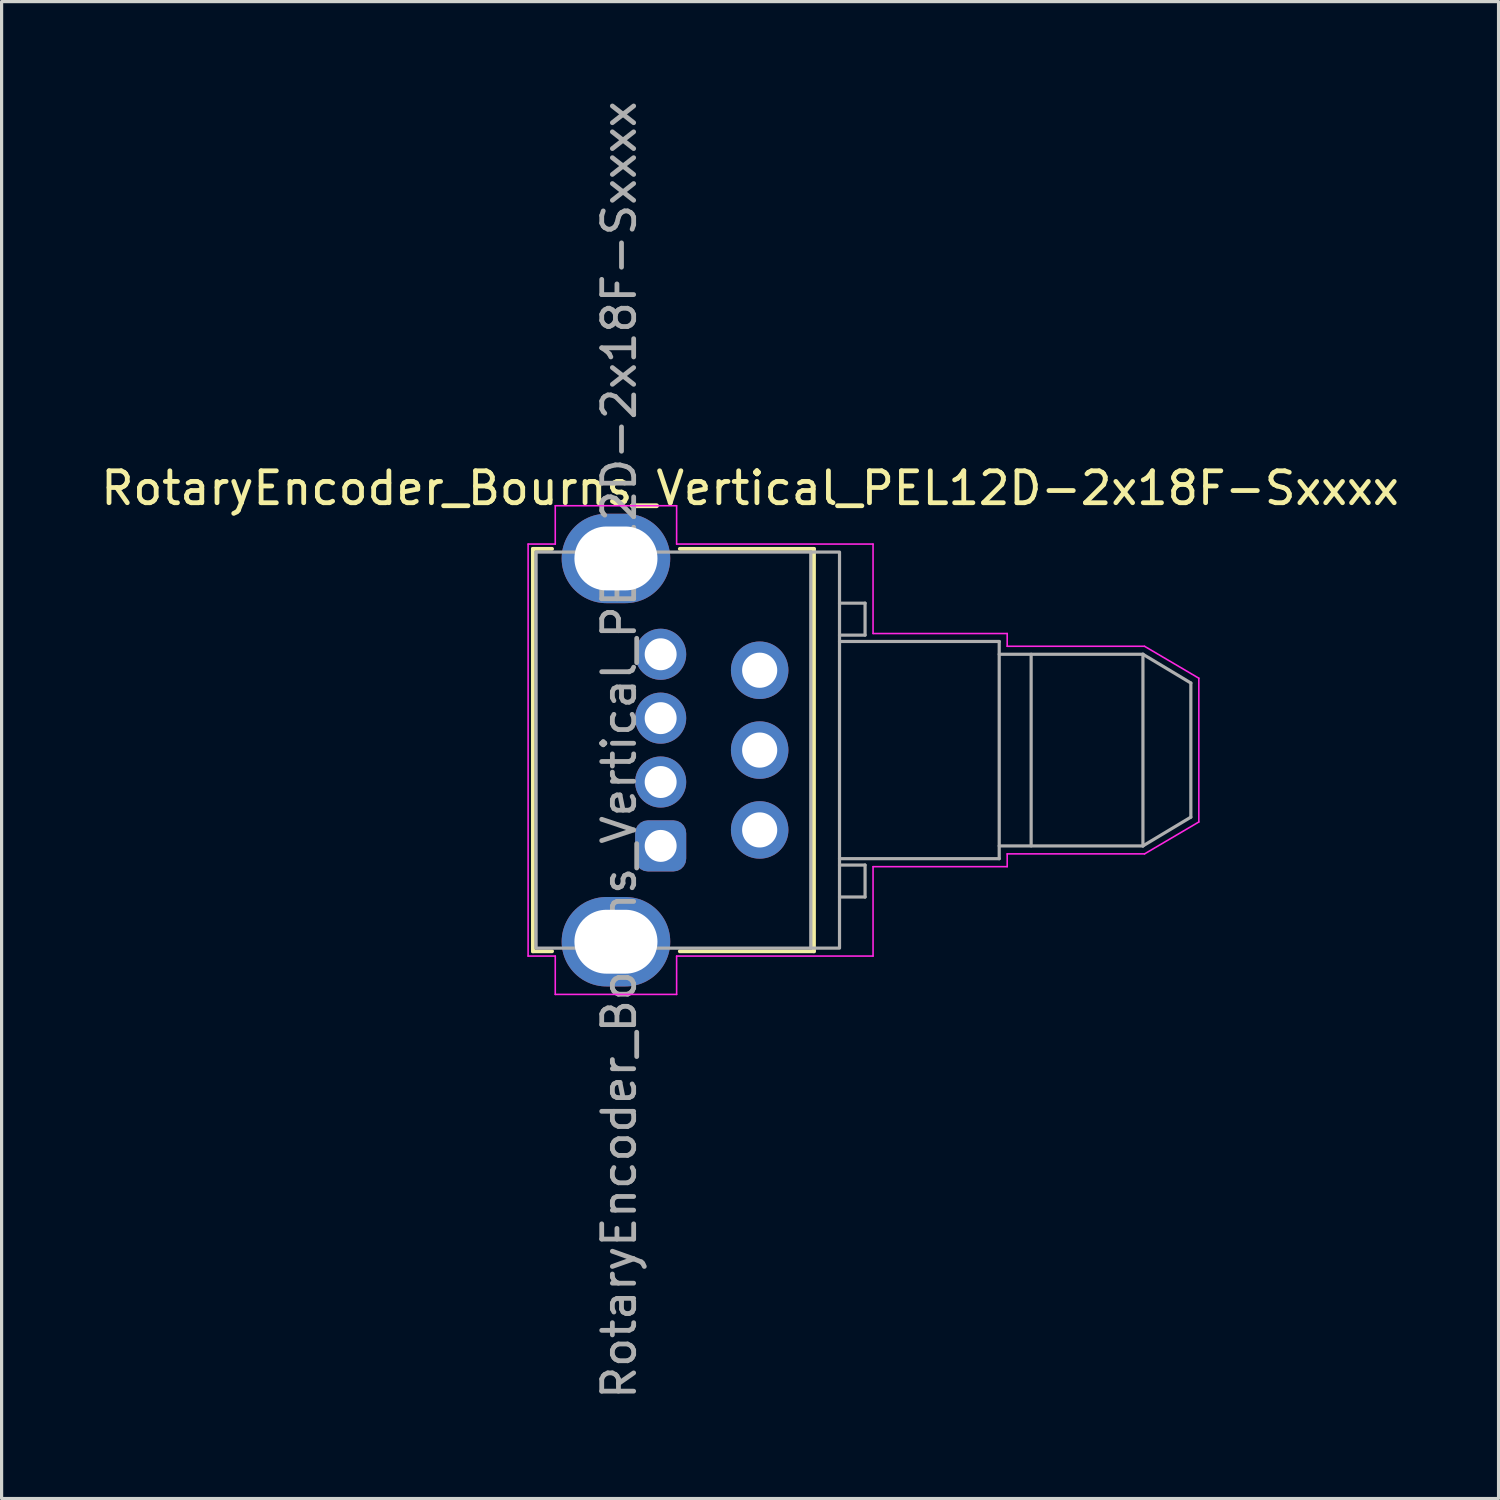
<source format=kicad_pcb>
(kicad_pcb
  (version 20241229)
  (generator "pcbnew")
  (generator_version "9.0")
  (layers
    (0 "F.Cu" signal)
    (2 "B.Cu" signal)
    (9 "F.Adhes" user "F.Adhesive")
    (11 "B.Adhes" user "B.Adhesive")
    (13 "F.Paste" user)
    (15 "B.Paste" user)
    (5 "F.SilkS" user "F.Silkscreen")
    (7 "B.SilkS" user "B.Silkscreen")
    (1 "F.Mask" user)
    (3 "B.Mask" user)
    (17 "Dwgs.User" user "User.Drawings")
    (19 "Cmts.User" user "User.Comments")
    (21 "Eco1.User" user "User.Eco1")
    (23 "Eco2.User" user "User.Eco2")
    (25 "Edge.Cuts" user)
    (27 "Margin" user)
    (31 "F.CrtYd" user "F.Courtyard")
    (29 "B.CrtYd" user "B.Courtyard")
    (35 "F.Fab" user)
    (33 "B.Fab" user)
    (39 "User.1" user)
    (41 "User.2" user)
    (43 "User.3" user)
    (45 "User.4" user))
  (footprint "RotaryEncoder_Bourns_Vertical_PEL12D-2x18F-Sxxxx"
    (layer "F.Cu")
    (at 17.635 23.435)
    (property "Reference" "RotaryEncoder_Bourns_Vertical_PEL12D-2x18F-Sxxxx" (at 2.8 -11.2 0) (layer "F.SilkS") (effects (font (size 1 1) (thickness 0.15))))
    (attr through_hole)
    (fp_line (start -4 -9.3) (end -4 3.3) (stroke (width 0.12) (type default)) (layer "F.SilkS"))
    (fp_line (start -4 3.3) (end -3.4 3.3) (stroke (width 0.12) (type default)) (layer "F.SilkS"))
    (fp_line (start -3.4 -9.3) (end -4 -9.3) (stroke (width 0.12) (type default)) (layer "F.SilkS"))
    (fp_line (start 0.6 3.3) (end 4.8 3.3) (stroke (width 0.12) (type default)) (layer "F.SilkS"))
    (fp_line (start 4.8 -9.3) (end 0.6 -9.3) (stroke (width 0.12) (type default)) (layer "F.SilkS"))
    (fp_line (start 4.8 3.3) (end 4.8 -9.3) (stroke (width 0.12) (type default)) (layer "F.SilkS"))
    (fp_line (start -4.15 -9.45) (end -4.15 3.45) (stroke (width 0.05) (type default)) (layer "F.CrtYd"))
    (fp_line (start -4.15 3.45) (end -3.3 3.45) (stroke (width 0.05) (type default)) (layer "F.CrtYd"))
    (fp_line (start -3.3 -10.65) (end -3.3 -9.45) (stroke (width 0.05) (type default)) (layer "F.CrtYd"))
    (fp_line (start -3.3 -9.45) (end -4.15 -9.45) (stroke (width 0.05) (type default)) (layer "F.CrtYd"))
    (fp_line (start -3.3 3.45) (end -3.3 4.65) (stroke (width 0.05) (type default)) (layer "F.CrtYd"))
    (fp_line (start -3.3 4.65) (end 0.5 4.65) (stroke (width 0.05) (type default)) (layer "F.CrtYd"))
    (fp_line (start 0.5 -10.65) (end -3.3 -10.65) (stroke (width 0.05) (type default)) (layer "F.CrtYd"))
    (fp_line (start 0.5 -9.45) (end 0.5 -10.65) (stroke (width 0.05) (type default)) (layer "F.CrtYd"))
    (fp_line (start 0.5 3.45) (end 6.65 3.45) (stroke (width 0.05) (type default)) (layer "F.CrtYd"))
    (fp_line (start 0.5 4.65) (end 0.5 3.45) (stroke (width 0.05) (type default)) (layer "F.CrtYd"))
    (fp_line (start 6.65 -9.45) (end 0.5 -9.45) (stroke (width 0.05) (type default)) (layer "F.CrtYd"))
    (fp_line (start 6.65 -6.65) (end 6.65 -9.45) (stroke (width 0.05) (type default)) (layer "F.CrtYd"))
    (fp_line (start 6.65 0.65) (end 6.65 3.45) (stroke (width 0.05) (type default)) (layer "F.CrtYd"))
    (fp_line (start 10.85 -6.65) (end 6.65 -6.65) (stroke (width 0.05) (type default)) (layer "F.CrtYd"))
    (fp_line (start 10.85 -6.25) (end 10.85 -6.65) (stroke (width 0.05) (type default)) (layer "F.CrtYd"))
    (fp_line (start 10.85 0.25) (end 15.15 0.25) (stroke (width 0.05) (type default)) (layer "F.CrtYd"))
    (fp_line (start 10.85 0.65) (end 6.65 0.65) (stroke (width 0.05) (type default)) (layer "F.CrtYd"))
    (fp_line (start 10.85 0.65) (end 10.85 0.25) (stroke (width 0.05) (type default)) (layer "F.CrtYd"))
    (fp_line (start 15.15 -6.25) (end 10.85 -6.25) (stroke (width 0.05) (type default)) (layer "F.CrtYd"))
    (fp_line (start 15.15 -6.25) (end 16.85 -5.25) (stroke (width 0.05) (type default)) (layer "F.CrtYd"))
    (fp_line (start 15.15 0.25) (end 16.85 -0.75) (stroke (width 0.05) (type default)) (layer "F.CrtYd"))
    (fp_line (start 16.85 -0.75) (end 16.85 -5.25) (stroke (width 0.05) (type default)) (layer "F.CrtYd"))
    (fp_line (start 4.7 -9.2) (end 4.7 3.2) (stroke (width 0.1) (type default)) (layer "F.Fab"))
    (fp_line (start 5.6 -7.6) (end 6.4 -7.6) (stroke (width 0.1) (type default)) (layer "F.Fab"))
    (fp_line (start 5.6 -6.4) (end 10.6 -6.4) (stroke (width 0.1) (type default)) (layer "F.Fab"))
    (fp_line (start 5.6 1.6) (end 6.4 1.6) (stroke (width 0.1) (type default)) (layer "F.Fab"))
    (fp_line (start 6.4 -7.6) (end 6.4 -6.6) (stroke (width 0.1) (type default)) (layer "F.Fab"))
    (fp_line (start 6.4 -6.6) (end 5.6 -6.6) (stroke (width 0.1) (type default)) (layer "F.Fab"))
    (fp_line (start 6.4 0.6) (end 5.6 0.6) (stroke (width 0.1) (type default)) (layer "F.Fab"))
    (fp_line (start 6.4 1.6) (end 6.4 0.6) (stroke (width 0.1) (type default)) (layer "F.Fab"))
    (fp_line (start 10.6 -6.4) (end 10.6 0.4) (stroke (width 0.1) (type default)) (layer "F.Fab"))
    (fp_line (start 10.6 -6) (end 15.1 -6) (stroke (width 0.1) (type default)) (layer "F.Fab"))
    (fp_line (start 10.6 0.4) (end 5.6 0.4) (stroke (width 0.1) (type default)) (layer "F.Fab"))
    (fp_line (start 11.6 -6) (end 11.6 0) (stroke (width 0.1) (type default)) (layer "F.Fab"))
    (fp_line (start 15.1 -6) (end 15.1 0) (stroke (width 0.1) (type default)) (layer "F.Fab"))
    (fp_line (start 15.1 -6) (end 16.6 -5.1) (stroke (width 0.1) (type default)) (layer "F.Fab"))
    (fp_line (start 15.1 0) (end 10.6 0) (stroke (width 0.1) (type default)) (layer "F.Fab"))
    (fp_line (start 15.1 0) (end 16.6 -0.9) (stroke (width 0.1) (type default)) (layer "F.Fab"))
    (fp_line (start 16.6 -0.9) (end 16.6 -5.1) (stroke (width 0.1) (type default)) (layer "F.Fab"))
    (fp_rect (start -3.9 -9.2) (end 5.6 3.2) (stroke (width 0.1) (type default)) (fill no) (layer "F.Fab"))
    (fp_text user "${REFERENCE}" (at -1.3 -3 90) (layer "F.Fab") (effects (font (size 1 1) (thickness 0.15))))
    (pad "1" thru_hole roundrect (at 0 0) (size 1.6 1.6) (drill 1) (layers "*.Cu" "*.Mask") (roundrect_rratio 0.25))
    (pad "2" thru_hole circle (at 0 -2) (size 1.6 1.6) (drill 1) (layers "*.Cu" "*.Mask"))
    (pad "3" thru_hole circle (at 0 -4) (size 1.6 1.6) (drill 1) (layers "*.Cu" "*.Mask"))
    (pad "4" thru_hole circle (at 0 -6) (size 1.6 1.6) (drill 1) (layers "*.Cu" "*.Mask"))
    (pad "A" thru_hole circle (at 3.1 -0.5) (size 1.8 1.8) (drill 1.1) (layers "*.Cu" "*.Mask"))
    (pad "B" thru_hole circle (at 3.1 -3) (size 1.8 1.8) (drill 1.1) (layers "*.Cu" "*.Mask"))
    (pad "C" thru_hole circle (at 3.1 -5.5) (size 1.8 1.8) (drill 1.1) (layers "*.Cu" "*.Mask"))
    (pad "SH" thru_hole oval (at -1.4 -9) (size 3.4 2.8) (drill oval 2.6 2) (layers "*.Cu" "*.Mask"))
    (pad "SH" thru_hole oval (at -1.4 3) (size 3.4 2.8) (drill oval 2.6 2) (layers "*.Cu" "*.Mask"))
    (zone (net_name "") (layer "F.Cu") (hatch edge 0.5) (connect_pads) (min_thickness 0.25) (filled_areas_thickness no) (keepout (tracks not_allowed) (vias not_allowed) (pads not_allowed) (copperpour allowed) (footprints allowed)) (placement (enabled no)) (fill) (polygon (pts (xy 14.435 14.035) (xy 13.535 14.035) (xy 13.535 14.735) (xy 14.435 14.735))))
    (zone (net_name "") (layer "F.Cu") (hatch edge 0.5) (connect_pads) (min_thickness 0.25) (filled_areas_thickness no) (keepout (tracks not_allowed) (vias not_allowed) (pads not_allowed) (copperpour allowed) (footprints allowed)) (placement (enabled no)) (fill) (polygon (pts (xy 14.435 26.135) (xy 13.535 26.135) (xy 13.535 26.835) (xy 14.435 26.835))))
    (zone (net_name "") (layers "F.Cu" "F.Fab") (hatch edge 0.5) (connect_pads) (min_thickness 0.25) (filled_areas_thickness no) (keepout (tracks not_allowed) (vias not_allowed) (pads not_allowed) (copperpour allowed) (footprints allowed)) (placement (enabled no)) (fill) (polygon (pts (xy 22.535 13.985) (xy 21.235 13.985) (xy 21.235 14.735) (xy 22.535 14.735))))
    (zone (net_name "") (layers "F.Cu" "F.Fab") (hatch edge 0.5) (connect_pads) (min_thickness 0.25) (filled_areas_thickness no) (keepout (tracks not_allowed) (vias not_allowed) (pads not_allowed) (copperpour allowed) (footprints allowed)) (placement (enabled no)) (fill) (polygon (pts (xy 22.535 26.135) (xy 21.235 26.135) (xy 21.235 26.885) (xy 22.535 26.885)))))
  (gr_rect
    (start -3 -3)
    (end 43.869 43.869)
    (stroke (width 0.1) (type default))
    (fill no)
    (layer "Edge.Cuts")))
</source>
